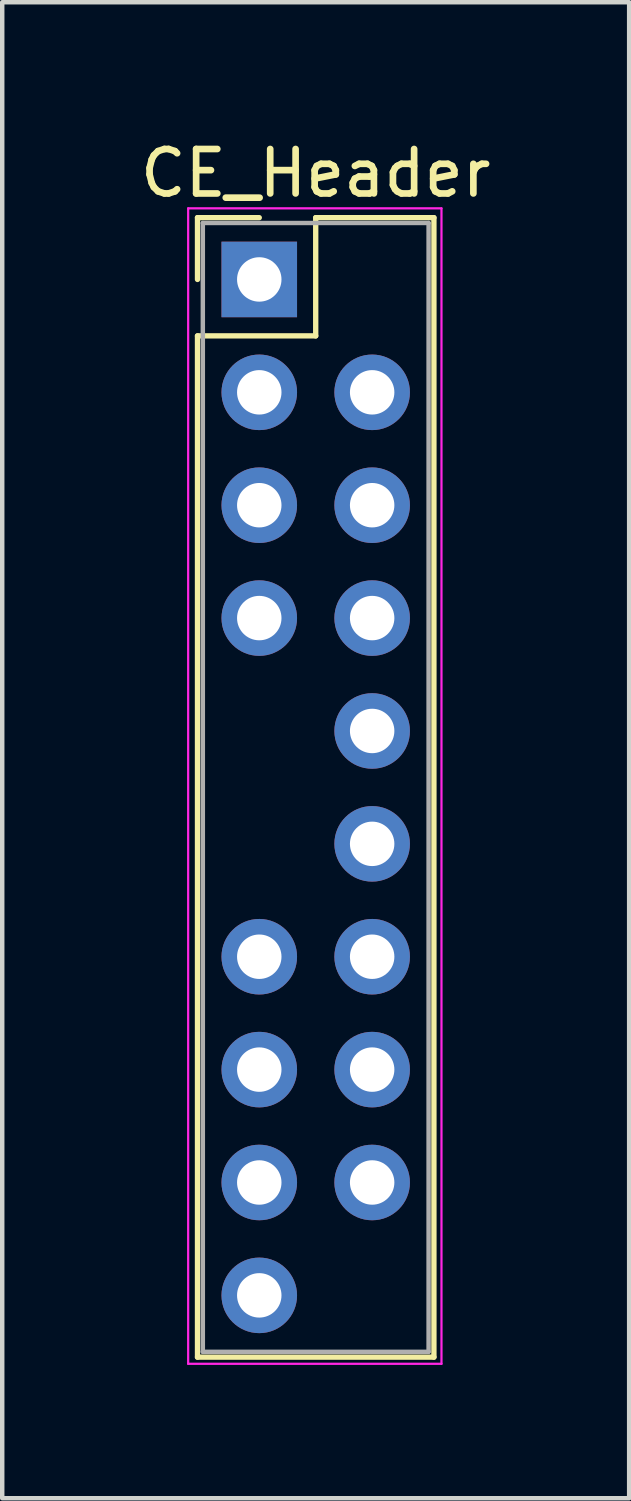
<source format=kicad_pcb>
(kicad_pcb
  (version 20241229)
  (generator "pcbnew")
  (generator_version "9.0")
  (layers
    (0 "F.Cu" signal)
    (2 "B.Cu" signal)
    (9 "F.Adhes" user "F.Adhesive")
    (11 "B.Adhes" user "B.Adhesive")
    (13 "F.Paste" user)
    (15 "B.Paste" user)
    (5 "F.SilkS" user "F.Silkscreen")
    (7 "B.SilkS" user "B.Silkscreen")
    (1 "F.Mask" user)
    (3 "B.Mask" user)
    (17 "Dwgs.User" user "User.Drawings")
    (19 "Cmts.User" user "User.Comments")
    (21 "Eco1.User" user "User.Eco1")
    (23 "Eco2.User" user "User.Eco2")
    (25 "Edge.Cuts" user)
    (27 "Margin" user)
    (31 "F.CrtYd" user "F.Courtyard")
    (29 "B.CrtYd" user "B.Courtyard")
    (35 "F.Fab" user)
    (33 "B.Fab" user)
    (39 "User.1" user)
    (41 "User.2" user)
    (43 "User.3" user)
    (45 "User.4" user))
  (footprint "CE_Header"
    (layer "F.Cu")
    (at 2.784 3.238)
    (property "Reference" "CE_Header" (at 1.27 -2.39 0) (layer "F.SilkS") (effects (font (size 1 1) (thickness 0.15))))
    (attr through_hole)
    (fp_line (start -1.39 -1.39) (end 0 -1.39) (stroke (width 0.12) (type solid)) (layer "F.SilkS"))
    (fp_line (start -1.39 0) (end -1.39 -1.39) (stroke (width 0.12) (type solid)) (layer "F.SilkS"))
    (fp_line (start -1.39 1.27) (end -1.39 24.25) (stroke (width 0.12) (type solid)) (layer "F.SilkS"))
    (fp_line (start -1.39 24.25) (end 3.93 24.25) (stroke (width 0.12) (type solid)) (layer "F.SilkS"))
    (fp_line (start 1.27 -1.39) (end 1.27 1.27) (stroke (width 0.12) (type solid)) (layer "F.SilkS"))
    (fp_line (start 1.27 1.27) (end -1.39 1.27) (stroke (width 0.12) (type solid)) (layer "F.SilkS"))
    (fp_line (start 3.93 -1.39) (end 1.27 -1.39) (stroke (width 0.12) (type solid)) (layer "F.SilkS"))
    (fp_line (start 3.93 24.25) (end 3.93 -1.39) (stroke (width 0.12) (type solid)) (layer "F.SilkS"))
    (fp_line (start -1.6 -1.6) (end -1.6 24.4) (stroke (width 0.05) (type solid)) (layer "F.CrtYd"))
    (fp_line (start -1.6 24.4) (end 4.1 24.4) (stroke (width 0.05) (type solid)) (layer "F.CrtYd"))
    (fp_line (start 4.1 -1.6) (end -1.6 -1.6) (stroke (width 0.05) (type solid)) (layer "F.CrtYd"))
    (fp_line (start 4.1 24.4) (end 4.1 -1.6) (stroke (width 0.05) (type solid)) (layer "F.CrtYd"))
    (fp_line (start -1.27 -1.27) (end -1.27 24.13) (stroke (width 0.1) (type solid)) (layer "F.Fab"))
    (fp_line (start -1.27 24.13) (end 3.81 24.13) (stroke (width 0.1) (type solid)) (layer "F.Fab"))
    (fp_line (start 3.81 -1.27) (end -1.27 -1.27) (stroke (width 0.1) (type solid)) (layer "F.Fab"))
    (fp_line (start 3.81 24.13) (end 3.81 -1.27) (stroke (width 0.1) (type solid)) (layer "F.Fab"))
    (pad "1" thru_hole rect (at 0 0) (size 1.7 1.7) (drill 1) (layers "*.Cu" "*.Mask"))
    (pad "3" thru_hole oval (at 0 2.54) (size 1.7 1.7) (drill 1) (layers "*.Cu" "*.Mask"))
    (pad "4" thru_hole oval (at 2.54 2.54) (size 1.7 1.7) (drill 1) (layers "*.Cu" "*.Mask"))
    (pad "5" thru_hole oval (at 0 5.08) (size 1.7 1.7) (drill 1) (layers "*.Cu" "*.Mask"))
    (pad "6" thru_hole oval (at 2.54 5.08) (size 1.7 1.7) (drill 1) (layers "*.Cu" "*.Mask"))
    (pad "7" thru_hole oval (at 0 7.62) (size 1.7 1.7) (drill 1) (layers "*.Cu" "*.Mask"))
    (pad "8" thru_hole oval (at 2.54 7.62) (size 1.7 1.7) (drill 1) (layers "*.Cu" "*.Mask"))
    (pad "10" thru_hole oval (at 2.54 10.16) (size 1.7 1.7) (drill 1) (layers "*.Cu" "*.Mask"))
    (pad "12" thru_hole oval (at 2.54 12.7) (size 1.7 1.7) (drill 1) (layers "*.Cu" "*.Mask"))
    (pad "13" thru_hole oval (at 0 15.24) (size 1.7 1.7) (drill 1) (layers "*.Cu" "*.Mask"))
    (pad "14" thru_hole oval (at 2.54 15.24) (size 1.7 1.7) (drill 1) (layers "*.Cu" "*.Mask"))
    (pad "15" thru_hole oval (at 0 17.78) (size 1.7 1.7) (drill 1) (layers "*.Cu" "*.Mask"))
    (pad "16" thru_hole oval (at 2.54 17.78) (size 1.7 1.7) (drill 1) (layers "*.Cu" "*.Mask"))
    (pad "17" thru_hole oval (at 0 20.32) (size 1.7 1.7) (drill 1) (layers "*.Cu" "*.Mask"))
    (pad "18" thru_hole oval (at 2.54 20.32) (size 1.7 1.7) (drill 1) (layers "*.Cu" "*.Mask"))
    (pad "19" thru_hole oval (at 0 22.86) (size 1.7 1.7) (drill 1) (layers "*.Cu" "*.Mask")))
  (gr_rect
    (start -3 -3)
    (end 11.107 30.663)
    (stroke (width 0.1) (type default))
    (fill no)
    (layer "Edge.Cuts")))
</source>
